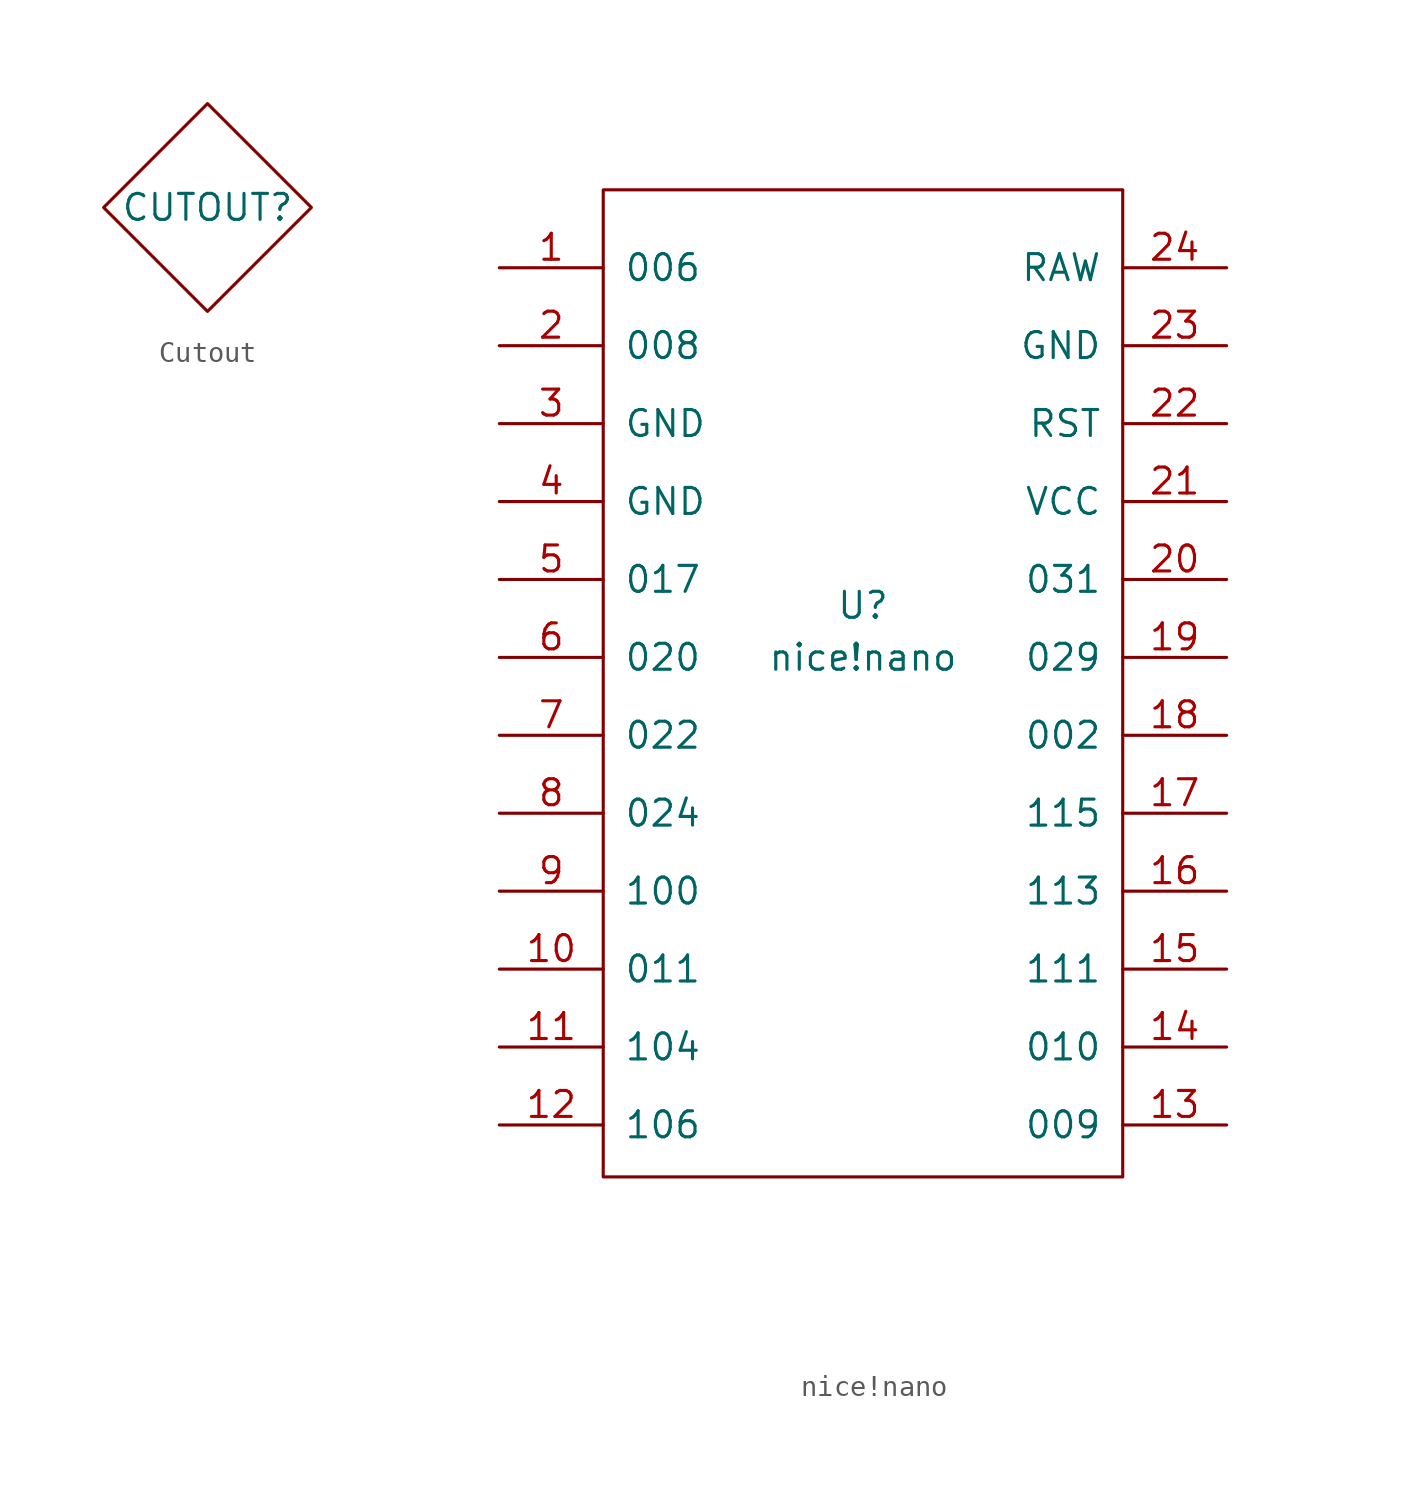
<source format=kicad_sym>
(kicad_symbol_lib
  (version 20231120)
  (generator "kicad_symbol_editor")
  (generator_version "8.0")
  (symbol "Cutout"
    (pin_names
      (offset 0))
    (property "Reference" "CUTOUT"
      (at 0 0 0)
      (effects (font (size 1.27 1.27))))
    (property "Value" ""
      (at 0 0 0)
      (effects (font (size 1.27 1.27))))
    (symbol "Cutout_0_1"
      (polyline (pts (xy 0 5.08) (xy 5.08 0) (xy 0 -5.08) (xy -5.08 0) (xy 0 5.08)) (stroke (width 0.152) (type default)) (fill (type none)))))
  (symbol "nice!nano"
    (pin_names
      (offset 1))
    (property "Reference" "U"
      (at 0 3.81 0)
      (do_not_autoplace)
      (effects (font (size 1.27 1.27))))
    (property "Value" "nice!nano"
      (at 0 1.27 0)
      (do_not_autoplace)
      (effects (font (size 1.27 1.27))))
    (symbol "nice!nano_0_0"
      (text "" (at 6.35 -27.94 0) (effects (font (size 1.27 1.27))))
      (text "" (at 7.62 -1.27 0) (effects (font (size 1.27 1.27))))
      (text "" (at 12.7 -25.4 0) (effects (font (size 1.27 1.27))))
      (text "" (at 15.24 -8.89 0) (effects (font (size 1.27 1.27))))
      (text "" (at 17.78 -7.62 0) (effects (font (size 1.27 1.27))))
      (text "" (at 19.05 -2.54 0) (effects (font (size 1.27 1.27)))))
    (symbol "nice!nano_1_1"
      (rectangle (start -12.7 24.13) (end 12.7 -24.13) (stroke (width 0.152) (type default)) (fill (type none)))
      (pin input line (at -17.78 20.32 0) (length 5.08) (name "006" (effects (font (size 1.27 1.27)))) (number "1" (effects (font (size 1.27 1.27)))))
      (pin input line (at -17.78 -13.97 0) (length 5.08) (name "011" (effects (font (size 1.27 1.27)))) (number "10" (effects (font (size 1.27 1.27)))))
      (pin input line (at -17.78 -17.78 0) (length 5.08) (name "104" (effects (font (size 1.27 1.27)))) (number "11" (effects (font (size 1.27 1.27)))))
      (pin input line (at -17.78 -21.59 0) (length 5.08) (name "106" (effects (font (size 1.27 1.27)))) (number "12" (effects (font (size 1.27 1.27)))))
      (pin input line (at 17.78 -21.59 180) (length 5.08) (name "009" (effects (font (size 1.27 1.27)))) (number "13" (effects (font (size 1.27 1.27)))))
      (pin input line (at 17.78 -17.78 180) (length 5.08) (name "010" (effects (font (size 1.27 1.27)))) (number "14" (effects (font (size 1.27 1.27)))))
      (pin input line (at 17.78 -13.97 180) (length 5.08) (name "111" (effects (font (size 1.27 1.27)))) (number "15" (effects (font (size 1.27 1.27)))))
      (pin input line (at 17.78 -10.16 180) (length 5.08) (name "113" (effects (font (size 1.27 1.27)))) (number "16" (effects (font (size 1.27 1.27)))))
      (pin input line (at 17.78 -6.35 180) (length 5.08) (name "115" (effects (font (size 1.27 1.27)))) (number "17" (effects (font (size 1.27 1.27)))))
      (pin input line (at 17.78 -2.54 180) (length 5.08) (name "002" (effects (font (size 1.27 1.27)))) (number "18" (effects (font (size 1.27 1.27)))))
      (pin input line (at 17.78 1.27 180) (length 5.08) (name "029" (effects (font (size 1.27 1.27)))) (number "19" (effects (font (size 1.27 1.27)))))
      (pin input line (at -17.78 16.51 0) (length 5.08) (name "008" (effects (font (size 1.27 1.27)))) (number "2" (effects (font (size 1.27 1.27)))))
      (pin input line (at 17.78 5.08 180) (length 5.08) (name "031" (effects (font (size 1.27 1.27)))) (number "20" (effects (font (size 1.27 1.27)))))
      (pin input line (at 17.78 8.89 180) (length 5.08) (name "VCC" (effects (font (size 1.27 1.27)))) (number "21" (effects (font (size 1.27 1.27)))))
      (pin input line (at 17.78 12.7 180) (length 5.08) (name "RST" (effects (font (size 1.27 1.27)))) (number "22" (effects (font (size 1.27 1.27)))))
      (pin input line (at 17.78 16.51 180) (length 5.08) (name "GND" (effects (font (size 1.27 1.27)))) (number "23" (effects (font (size 1.27 1.27)))))
      (pin input line (at 17.78 20.32 180) (length 5.08) (name "RAW" (effects (font (size 1.27 1.27)))) (number "24" (effects (font (size 1.27 1.27)))))
      (pin input line (at -17.78 12.7 0) (length 5.08) (name "GND" (effects (font (size 1.27 1.27)))) (number "3" (effects (font (size 1.27 1.27)))))
      (pin input line (at -17.78 8.89 0) (length 5.08) (name "GND" (effects (font (size 1.27 1.27)))) (number "4" (effects (font (size 1.27 1.27)))))
      (pin input line (at -17.78 5.08 0) (length 5.08) (name "017" (effects (font (size 1.27 1.27)))) (number "5" (effects (font (size 1.27 1.27)))))
      (pin input line (at -17.78 1.27 0) (length 5.08) (name "020" (effects (font (size 1.27 1.27)))) (number "6" (effects (font (size 1.27 1.27)))))
      (pin input line (at -17.78 -2.54 0) (length 5.08) (name "022" (effects (font (size 1.27 1.27)))) (number "7" (effects (font (size 1.27 1.27)))))
      (pin input line (at -17.78 -6.35 0) (length 5.08) (name "024" (effects (font (size 1.27 1.27)))) (number "8" (effects (font (size 1.27 1.27)))))
      (pin input line (at -17.78 -10.16 0) (length 5.08) (name "100" (effects (font (size 1.27 1.27)))) (number "9" (effects (font (size 1.27 1.27))))))))
</source>
